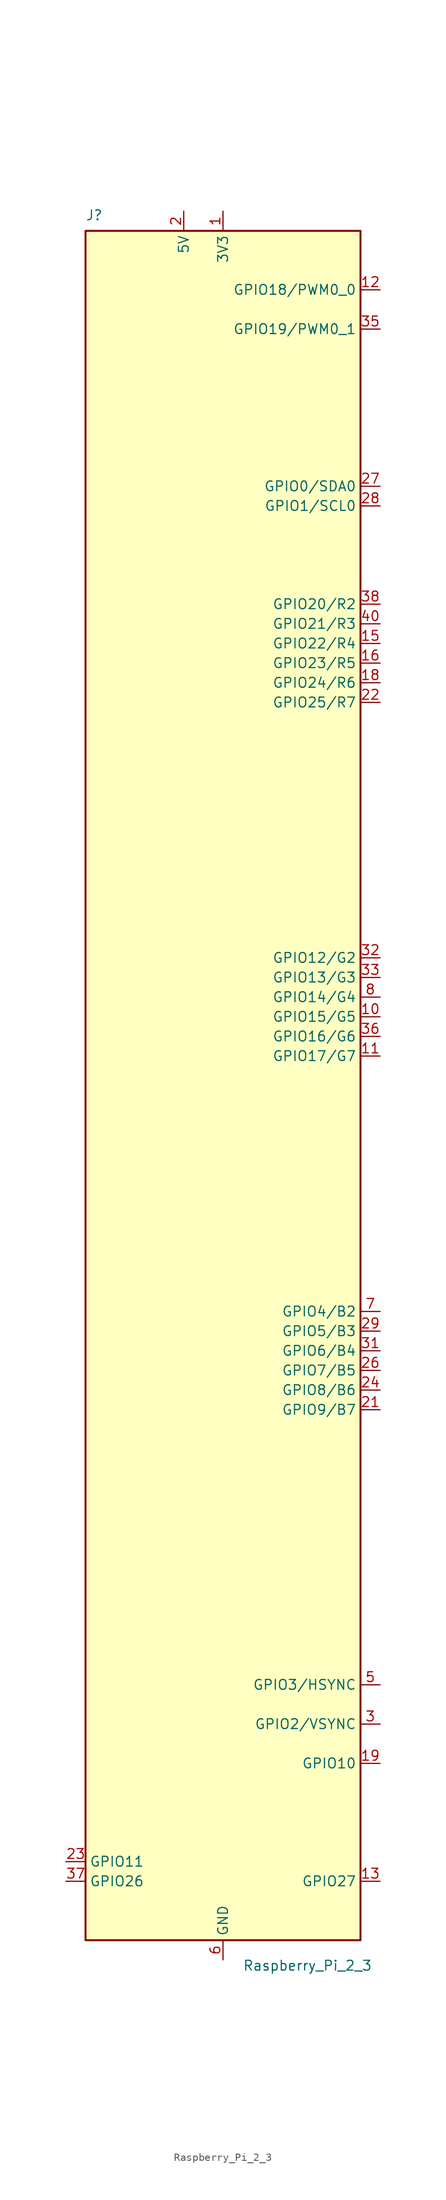
<source format=kicad_sym>
(kicad_symbol_lib
  (version 20231120)
  (generator "kicad_symbol_editor")
  (generator_version "8.0")
  (symbol "Raspberry_Pi_2_3"
    (property "Reference" "J"
      (at -17.78 97.79 0)
      (effects (font (size 1.27 1.27)) (justify left bottom)))
    (property "Value" "Raspberry_Pi_2_3"
      (at 2.54 -127 0)
      (effects (font (size 1.27 1.27)) (justify left top)))
    (symbol "Raspberry_Pi_2_3_0_1"
      (rectangle (start -17.78 96.52) (end 17.78 -124.46) (stroke (width 0.254) (type default)) (fill (type background))))
    (symbol "Raspberry_Pi_2_3_1_1"
      (pin power_in line (at 0 99.06 270) (length 2.54) (name "3V3" (effects (font (size 1.27 1.27)))) (number "1" (effects (font (size 1.27 1.27)))))
      (pin bidirectional line (at 20.32 -5.08 180) (length 2.54) (name "GPIO15/G5" (effects (font (size 1.27 1.27)))) (number "10" (effects (font (size 1.27 1.27)))))
      (pin bidirectional line (at 20.32 -10.16 180) (length 2.54) (name "GPIO17/G7" (effects (font (size 1.27 1.27)))) (number "11" (effects (font (size 1.27 1.27)))))
      (pin bidirectional line (at 20.32 88.9 180) (length 2.54) (name "GPIO18/PWM0_0" (effects (font (size 1.27 1.27)))) (number "12" (effects (font (size 1.27 1.27)))))
      (pin bidirectional line (at 20.32 -116.84 180) (length 2.54) (name "GPIO27" (effects (font (size 1.27 1.27)))) (number "13" (effects (font (size 1.27 1.27)))))
      (pin passive line (at 0 -127 90) (length 2.54) hide (name "GND" (effects (font (size 1.27 1.27)))) (number "14" (effects (font (size 1.27 1.27)))))
      (pin bidirectional line (at 20.32 43.18 180) (length 2.54) (name "GPIO22/R4" (effects (font (size 1.27 1.27)))) (number "15" (effects (font (size 1.27 1.27)))))
      (pin bidirectional line (at 20.32 40.64 180) (length 2.54) (name "GPIO23/R5" (effects (font (size 1.27 1.27)))) (number "16" (effects (font (size 1.27 1.27)))))
      (pin no_connect line (at 2.54 99.06 270) (length 2.54) hide (name "3V3" (effects (font (size 1.27 1.27)))) (number "17" (effects (font (size 1.27 1.27)))))
      (pin bidirectional line (at 20.32 38.1 180) (length 2.54) (name "GPIO24/R6" (effects (font (size 1.27 1.27)))) (number "18" (effects (font (size 1.27 1.27)))))
      (pin bidirectional line (at 20.32 -101.6 180) (length 2.54) (name "GPIO10" (effects (font (size 1.27 1.27)))) (number "19" (effects (font (size 1.27 1.27)))))
      (pin power_in line (at -5.08 99.06 270) (length 2.54) (name "5V" (effects (font (size 1.27 1.27)))) (number "2" (effects (font (size 1.27 1.27)))))
      (pin passive line (at 0 -127 90) (length 2.54) hide (name "GND" (effects (font (size 1.27 1.27)))) (number "20" (effects (font (size 1.27 1.27)))))
      (pin bidirectional line (at 20.32 -55.88 180) (length 2.54) (name "GPIO9/B7" (effects (font (size 1.27 1.27)))) (number "21" (effects (font (size 1.27 1.27)))))
      (pin bidirectional line (at 20.32 35.56 180) (length 2.54) (name "GPIO25/R7" (effects (font (size 1.27 1.27)))) (number "22" (effects (font (size 1.27 1.27)))))
      (pin bidirectional line (at -20.32 -114.3 0) (length 2.54) (name "GPIO11" (effects (font (size 1.27 1.27)))) (number "23" (effects (font (size 1.27 1.27)))))
      (pin bidirectional line (at 20.32 -53.34 180) (length 2.54) (name "GPIO8/B6" (effects (font (size 1.27 1.27)))) (number "24" (effects (font (size 1.27 1.27)))))
      (pin passive line (at 0 -127 90) (length 2.54) hide (name "GND" (effects (font (size 1.27 1.27)))) (number "25" (effects (font (size 1.27 1.27)))))
      (pin bidirectional line (at 20.32 -50.8 180) (length 2.54) (name "GPIO7/B5" (effects (font (size 1.27 1.27)))) (number "26" (effects (font (size 1.27 1.27)))))
      (pin bidirectional line (at 20.32 63.5 180) (length 2.54) (name "GPIO0/SDA0" (effects (font (size 1.27 1.27)))) (number "27" (effects (font (size 1.27 1.27)))))
      (pin bidirectional line (at 20.32 60.96 180) (length 2.54) (name "GPIO1/SCL0" (effects (font (size 1.27 1.27)))) (number "28" (effects (font (size 1.27 1.27)))))
      (pin bidirectional line (at 20.32 -45.72 180) (length 2.54) (name "GPIO5/B3" (effects (font (size 1.27 1.27)))) (number "29" (effects (font (size 1.27 1.27)))))
      (pin bidirectional line (at 20.32 -96.52 180) (length 2.54) (name "GPIO2/VSYNC" (effects (font (size 1.27 1.27)))) (number "3" (effects (font (size 1.27 1.27)))))
      (pin passive line (at 0 -127 90) (length 2.54) hide (name "GND" (effects (font (size 1.27 1.27)))) (number "30" (effects (font (size 1.27 1.27)))))
      (pin bidirectional line (at 20.32 -48.26 180) (length 2.54) (name "GPIO6/B4" (effects (font (size 1.27 1.27)))) (number "31" (effects (font (size 1.27 1.27)))))
      (pin bidirectional line (at 20.32 2.54 180) (length 2.54) (name "GPIO12/G2" (effects (font (size 1.27 1.27)))) (number "32" (effects (font (size 1.27 1.27)))))
      (pin bidirectional line (at 20.32 0 180) (length 2.54) (name "GPIO13/G3" (effects (font (size 1.27 1.27)))) (number "33" (effects (font (size 1.27 1.27)))))
      (pin passive line (at 0 -127 90) (length 2.54) hide (name "GND" (effects (font (size 1.27 1.27)))) (number "34" (effects (font (size 1.27 1.27)))))
      (pin bidirectional line (at 20.32 83.82 180) (length 2.54) (name "GPIO19/PWM0_1" (effects (font (size 1.27 1.27)))) (number "35" (effects (font (size 1.27 1.27)))))
      (pin bidirectional line (at 20.32 -7.62 180) (length 2.54) (name "GPIO16/G6" (effects (font (size 1.27 1.27)))) (number "36" (effects (font (size 1.27 1.27)))))
      (pin bidirectional line (at -20.32 -116.84 0) (length 2.54) (name "GPIO26" (effects (font (size 1.27 1.27)))) (number "37" (effects (font (size 1.27 1.27)))))
      (pin bidirectional line (at 20.32 48.26 180) (length 2.54) (name "GPIO20/R2" (effects (font (size 1.27 1.27)))) (number "38" (effects (font (size 1.27 1.27)))))
      (pin passive line (at 0 -127 90) (length 2.54) hide (name "GND" (effects (font (size 1.27 1.27)))) (number "39" (effects (font (size 1.27 1.27)))))
      (pin passive line (at -5.08 99.06 270) (length 2.54) hide (name "5V" (effects (font (size 1.27 1.27)))) (number "4" (effects (font (size 1.27 1.27)))))
      (pin bidirectional line (at 20.32 45.72 180) (length 2.54) (name "GPIO21/R3" (effects (font (size 1.27 1.27)))) (number "40" (effects (font (size 1.27 1.27)))))
      (pin bidirectional line (at 20.32 -91.44 180) (length 2.54) (name "GPIO3/HSYNC" (effects (font (size 1.27 1.27)))) (number "5" (effects (font (size 1.27 1.27)))))
      (pin power_in line (at 0 -127 90) (length 2.54) (name "GND" (effects (font (size 1.27 1.27)))) (number "6" (effects (font (size 1.27 1.27)))))
      (pin bidirectional line (at 20.32 -43.18 180) (length 2.54) (name "GPIO4/B2" (effects (font (size 1.27 1.27)))) (number "7" (effects (font (size 1.27 1.27)))))
      (pin bidirectional line (at 20.32 -2.54 180) (length 2.54) (name "GPIO14/G4" (effects (font (size 1.27 1.27)))) (number "8" (effects (font (size 1.27 1.27)))))
      (pin passive line (at 0 -127 90) (length 2.54) hide (name "GND" (effects (font (size 1.27 1.27)))) (number "9" (effects (font (size 1.27 1.27))))))))
</source>
